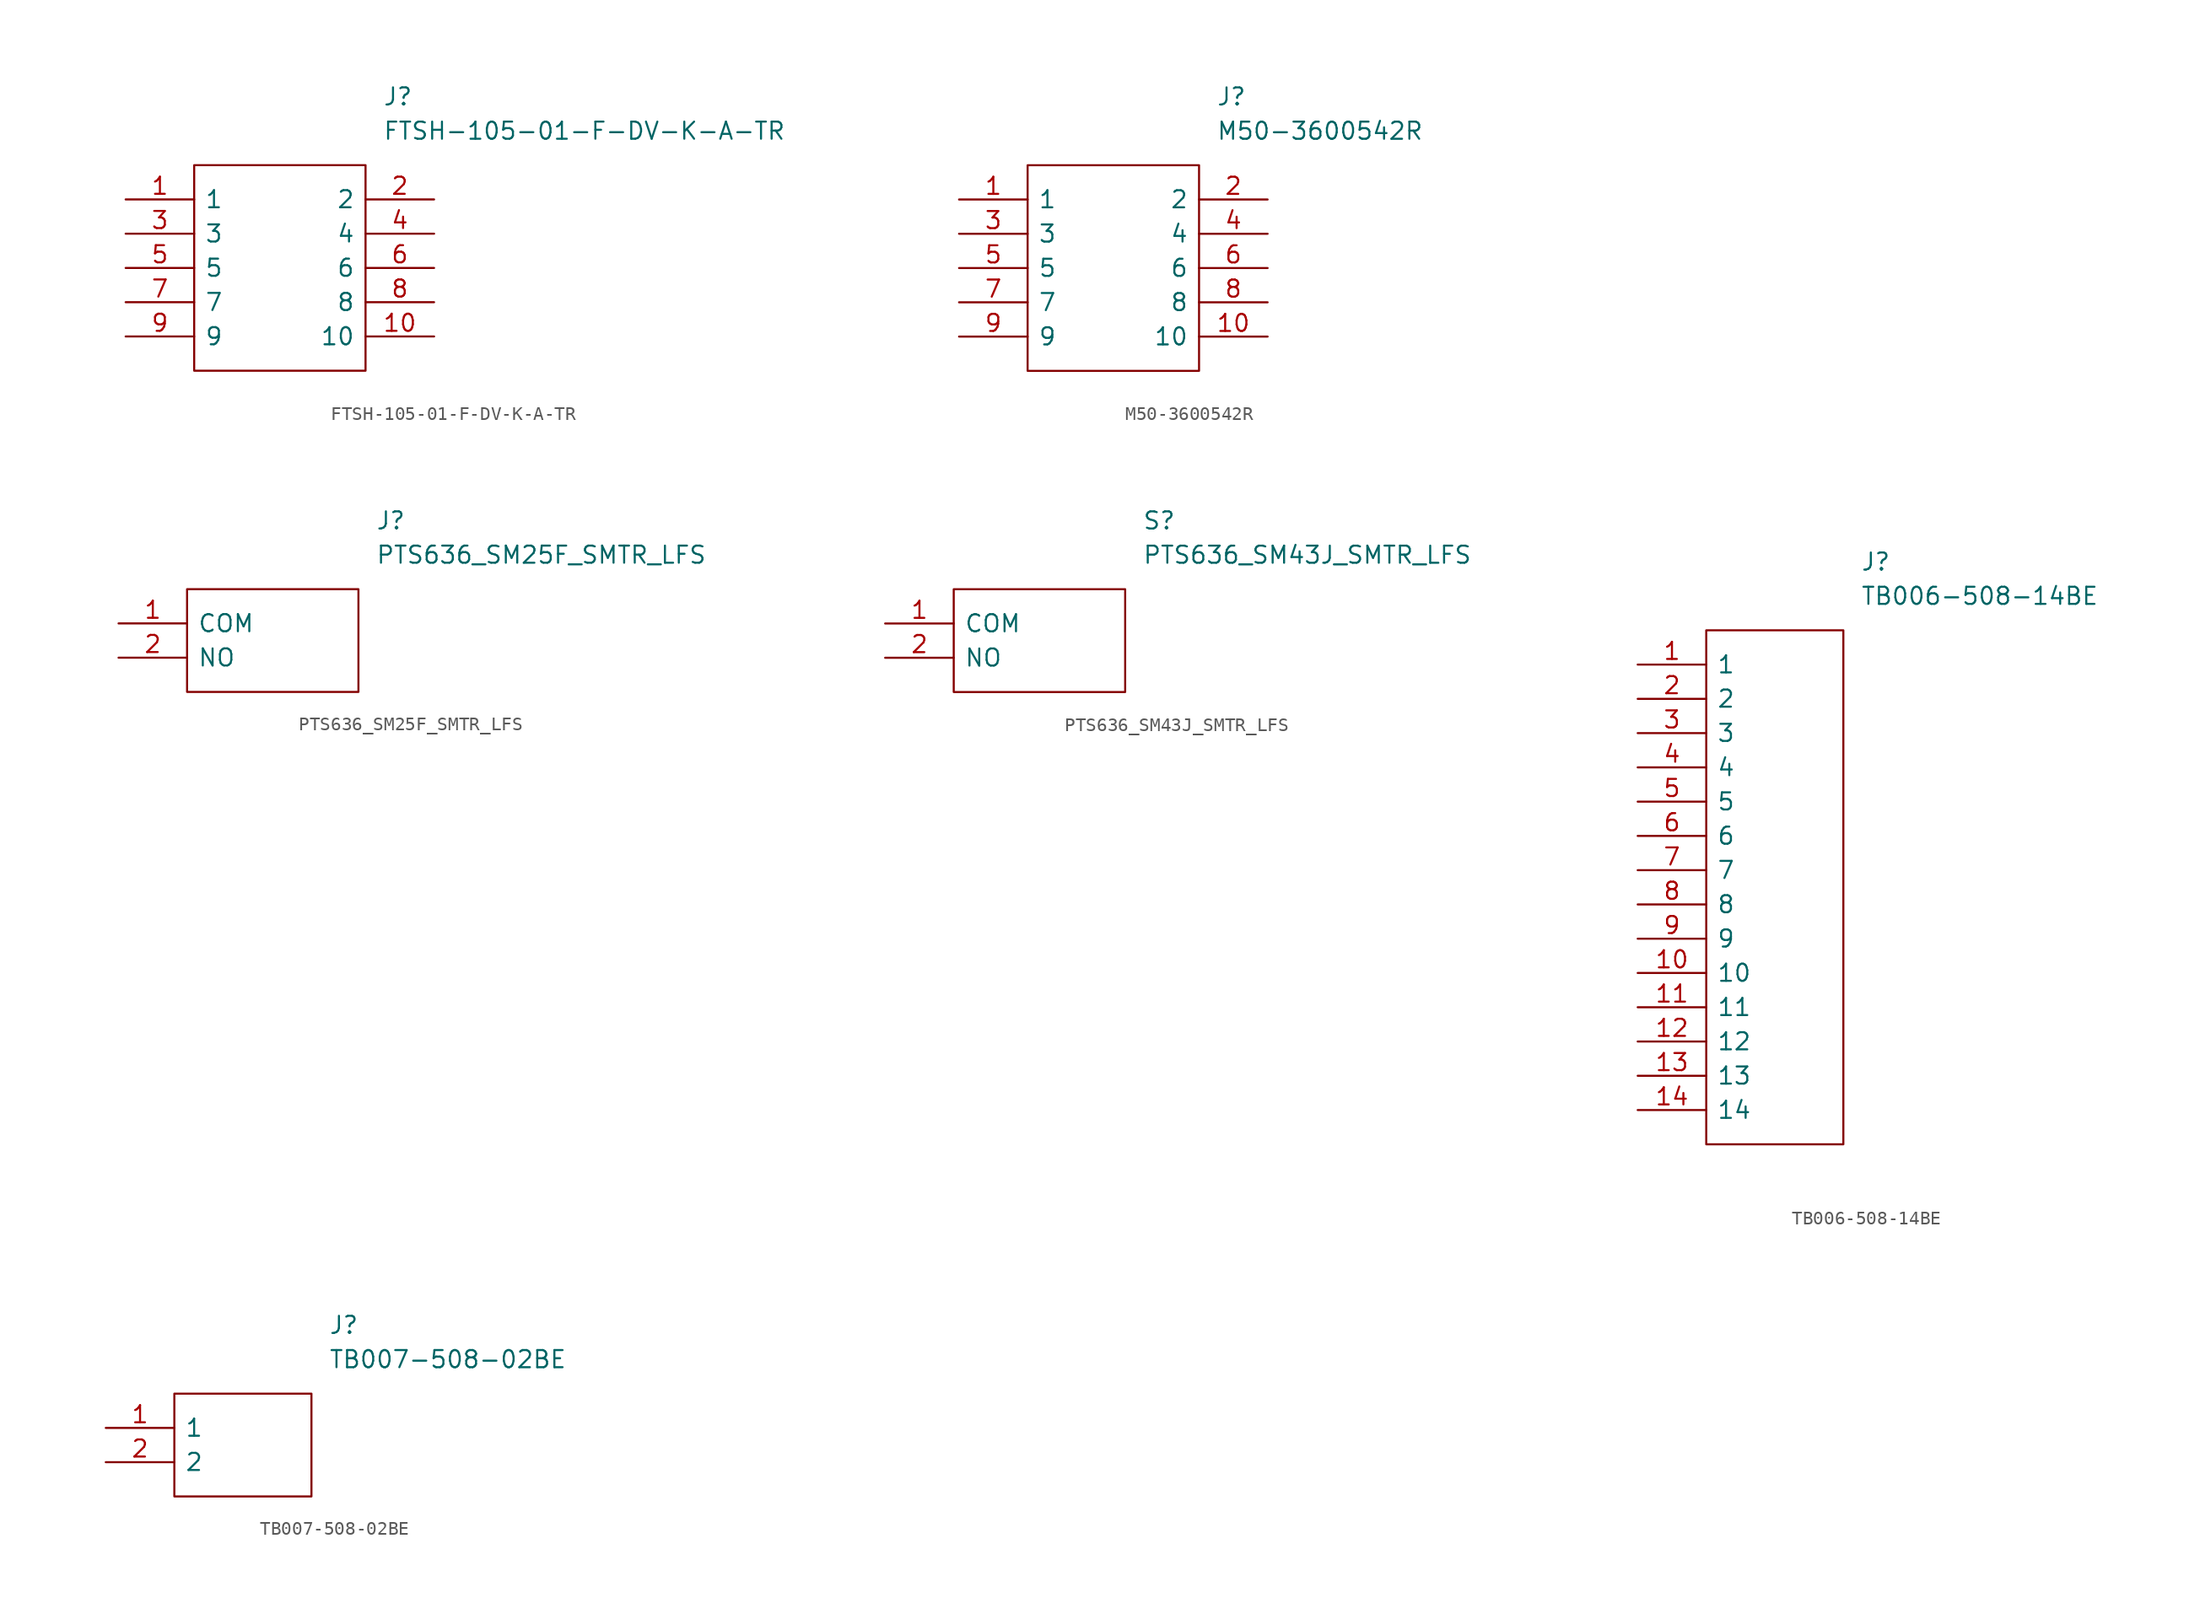
<source format=kicad_sym>
(kicad_symbol_lib
  (version 20211014)
  (generator kicad_symbol_editor)
  (symbol "FTSH-105-01-F-DV-K-A-TR"
    (pin_names
      (offset 0.762))
    (property "Reference" "J"
      (at 19.05 7.62 0)
      (effects (font (size 1.27 1.27)) (justify left)))
    (property "Value" "FTSH-105-01-F-DV-K-A-TR"
      (at 19.05 5.08 0)
      (effects (font (size 1.27 1.27)) (justify left)))
    (symbol "FTSH-105-01-F-DV-K-A-TR_0_0"
      (pin passive line (at 0 0 0) (length 5.08) (name "1" (effects (font (size 1.27 1.27)))) (number "1" (effects (font (size 1.27 1.27)))))
      (pin passive line (at 22.86 -10.16 180) (length 5.08) (name "10" (effects (font (size 1.27 1.27)))) (number "10" (effects (font (size 1.27 1.27)))))
      (pin passive line (at 22.86 0 180) (length 5.08) (name "2" (effects (font (size 1.27 1.27)))) (number "2" (effects (font (size 1.27 1.27)))))
      (pin passive line (at 0 -2.54 0) (length 5.08) (name "3" (effects (font (size 1.27 1.27)))) (number "3" (effects (font (size 1.27 1.27)))))
      (pin passive line (at 22.86 -2.54 180) (length 5.08) (name "4" (effects (font (size 1.27 1.27)))) (number "4" (effects (font (size 1.27 1.27)))))
      (pin passive line (at 0 -5.08 0) (length 5.08) (name "5" (effects (font (size 1.27 1.27)))) (number "5" (effects (font (size 1.27 1.27)))))
      (pin passive line (at 22.86 -5.08 180) (length 5.08) (name "6" (effects (font (size 1.27 1.27)))) (number "6" (effects (font (size 1.27 1.27)))))
      (pin passive line (at 0 -7.62 0) (length 5.08) (name "7" (effects (font (size 1.27 1.27)))) (number "7" (effects (font (size 1.27 1.27)))))
      (pin passive line (at 22.86 -7.62 180) (length 5.08) (name "8" (effects (font (size 1.27 1.27)))) (number "8" (effects (font (size 1.27 1.27)))))
      (pin passive line (at 0 -10.16 0) (length 5.08) (name "9" (effects (font (size 1.27 1.27)))) (number "9" (effects (font (size 1.27 1.27))))))
    (symbol "FTSH-105-01-F-DV-K-A-TR_0_1"
      (polyline (pts (xy 5.08 2.54) (xy 17.78 2.54) (xy 17.78 -12.7) (xy 5.08 -12.7) (xy 5.08 2.54)) (stroke (width 0.152) (type default) (color 0 0 0 0)) (fill (type none)))))
  (symbol "M50-3600542R"
    (pin_names
      (offset 0.762))
    (property "Reference" "J"
      (at 19.05 7.62 0)
      (effects (font (size 1.27 1.27)) (justify left)))
    (property "Value" "M50-3600542R"
      (at 19.05 5.08 0)
      (effects (font (size 1.27 1.27)) (justify left)))
    (symbol "M50-3600542R_0_0"
      (pin passive line (at 0 0 0) (length 5.08) (name "1" (effects (font (size 1.27 1.27)))) (number "1" (effects (font (size 1.27 1.27)))))
      (pin passive line (at 22.86 -10.16 180) (length 5.08) (name "10" (effects (font (size 1.27 1.27)))) (number "10" (effects (font (size 1.27 1.27)))))
      (pin passive line (at 22.86 0 180) (length 5.08) (name "2" (effects (font (size 1.27 1.27)))) (number "2" (effects (font (size 1.27 1.27)))))
      (pin passive line (at 0 -2.54 0) (length 5.08) (name "3" (effects (font (size 1.27 1.27)))) (number "3" (effects (font (size 1.27 1.27)))))
      (pin passive line (at 22.86 -2.54 180) (length 5.08) (name "4" (effects (font (size 1.27 1.27)))) (number "4" (effects (font (size 1.27 1.27)))))
      (pin passive line (at 0 -5.08 0) (length 5.08) (name "5" (effects (font (size 1.27 1.27)))) (number "5" (effects (font (size 1.27 1.27)))))
      (pin passive line (at 22.86 -5.08 180) (length 5.08) (name "6" (effects (font (size 1.27 1.27)))) (number "6" (effects (font (size 1.27 1.27)))))
      (pin passive line (at 0 -7.62 0) (length 5.08) (name "7" (effects (font (size 1.27 1.27)))) (number "7" (effects (font (size 1.27 1.27)))))
      (pin passive line (at 22.86 -7.62 180) (length 5.08) (name "8" (effects (font (size 1.27 1.27)))) (number "8" (effects (font (size 1.27 1.27)))))
      (pin passive line (at 0 -10.16 0) (length 5.08) (name "9" (effects (font (size 1.27 1.27)))) (number "9" (effects (font (size 1.27 1.27))))))
    (symbol "M50-3600542R_0_1"
      (polyline (pts (xy 5.08 2.54) (xy 17.78 2.54) (xy 17.78 -12.7) (xy 5.08 -12.7) (xy 5.08 2.54)) (stroke (width 0.152) (type default) (color 0 0 0 0)) (fill (type none)))))
  (symbol "PTS636_SM25F_SMTR_LFS"
    (pin_names
      (offset 0.762))
    (property "Reference" "J"
      (at 19.05 7.62 0)
      (effects (font (size 1.27 1.27)) (justify left)))
    (property "Value" "PTS636_SM25F_SMTR_LFS"
      (at 19.05 5.08 0)
      (effects (font (size 1.27 1.27)) (justify left)))
    (symbol "PTS636_SM25F_SMTR_LFS_0_0"
      (pin passive line (at 0 0 0) (length 5.08) (name "COM" (effects (font (size 1.27 1.27)))) (number "1" (effects (font (size 1.27 1.27)))))
      (pin passive line (at 0 -2.54 0) (length 5.08) (name "NO" (effects (font (size 1.27 1.27)))) (number "2" (effects (font (size 1.27 1.27))))))
    (symbol "PTS636_SM25F_SMTR_LFS_0_1"
      (polyline (pts (xy 5.08 2.54) (xy 17.78 2.54) (xy 17.78 -5.08) (xy 5.08 -5.08) (xy 5.08 2.54)) (stroke (width 0.152) (type default) (color 0 0 0 0)) (fill (type none)))))
  (symbol "PTS636_SM43J_SMTR_LFS"
    (pin_names
      (offset 0.762))
    (property "Reference" "S"
      (at 19.05 7.62 0)
      (effects (font (size 1.27 1.27)) (justify left)))
    (property "Value" "PTS636_SM43J_SMTR_LFS"
      (at 19.05 5.08 0)
      (effects (font (size 1.27 1.27)) (justify left)))
    (symbol "PTS636_SM43J_SMTR_LFS_0_0"
      (pin passive line (at 0 0 0) (length 5.08) (name "COM" (effects (font (size 1.27 1.27)))) (number "1" (effects (font (size 1.27 1.27)))))
      (pin passive line (at 0 -2.54 0) (length 5.08) (name "NO" (effects (font (size 1.27 1.27)))) (number "2" (effects (font (size 1.27 1.27))))))
    (symbol "PTS636_SM43J_SMTR_LFS_0_1"
      (polyline (pts (xy 5.08 2.54) (xy 17.78 2.54) (xy 17.78 -5.08) (xy 5.08 -5.08) (xy 5.08 2.54)) (stroke (width 0.152) (type default) (color 0 0 0 0)) (fill (type none)))))
  (symbol "TB006-508-14BE"
    (pin_names
      (offset 0.762))
    (property "Reference" "J"
      (at 16.51 7.62 0)
      (effects (font (size 1.27 1.27)) (justify left)))
    (property "Value" "TB006-508-14BE"
      (at 16.51 5.08 0)
      (effects (font (size 1.27 1.27)) (justify left)))
    (symbol "TB006-508-14BE_0_0"
      (pin passive line (at 0 0 0) (length 5.08) (name "1" (effects (font (size 1.27 1.27)))) (number "1" (effects (font (size 1.27 1.27)))))
      (pin passive line (at 0 -22.86 0) (length 5.08) (name "10" (effects (font (size 1.27 1.27)))) (number "10" (effects (font (size 1.27 1.27)))))
      (pin passive line (at 0 -25.4 0) (length 5.08) (name "11" (effects (font (size 1.27 1.27)))) (number "11" (effects (font (size 1.27 1.27)))))
      (pin passive line (at 0 -27.94 0) (length 5.08) (name "12" (effects (font (size 1.27 1.27)))) (number "12" (effects (font (size 1.27 1.27)))))
      (pin passive line (at 0 -30.48 0) (length 5.08) (name "13" (effects (font (size 1.27 1.27)))) (number "13" (effects (font (size 1.27 1.27)))))
      (pin passive line (at 0 -33.02 0) (length 5.08) (name "14" (effects (font (size 1.27 1.27)))) (number "14" (effects (font (size 1.27 1.27)))))
      (pin passive line (at 0 -2.54 0) (length 5.08) (name "2" (effects (font (size 1.27 1.27)))) (number "2" (effects (font (size 1.27 1.27)))))
      (pin passive line (at 0 -5.08 0) (length 5.08) (name "3" (effects (font (size 1.27 1.27)))) (number "3" (effects (font (size 1.27 1.27)))))
      (pin passive line (at 0 -7.62 0) (length 5.08) (name "4" (effects (font (size 1.27 1.27)))) (number "4" (effects (font (size 1.27 1.27)))))
      (pin passive line (at 0 -10.16 0) (length 5.08) (name "5" (effects (font (size 1.27 1.27)))) (number "5" (effects (font (size 1.27 1.27)))))
      (pin passive line (at 0 -12.7 0) (length 5.08) (name "6" (effects (font (size 1.27 1.27)))) (number "6" (effects (font (size 1.27 1.27)))))
      (pin passive line (at 0 -15.24 0) (length 5.08) (name "7" (effects (font (size 1.27 1.27)))) (number "7" (effects (font (size 1.27 1.27)))))
      (pin passive line (at 0 -17.78 0) (length 5.08) (name "8" (effects (font (size 1.27 1.27)))) (number "8" (effects (font (size 1.27 1.27)))))
      (pin passive line (at 0 -20.32 0) (length 5.08) (name "9" (effects (font (size 1.27 1.27)))) (number "9" (effects (font (size 1.27 1.27))))))
    (symbol "TB006-508-14BE_0_1"
      (polyline (pts (xy 5.08 2.54) (xy 15.24 2.54) (xy 15.24 -35.56) (xy 5.08 -35.56) (xy 5.08 2.54)) (stroke (width 0.152) (type default) (color 0 0 0 0)) (fill (type none)))))
  (symbol "TB007-508-02BE"
    (pin_names
      (offset 0.762))
    (property "Reference" "J"
      (at 16.51 7.62 0)
      (effects (font (size 1.27 1.27)) (justify left)))
    (property "Value" "TB007-508-02BE"
      (at 16.51 5.08 0)
      (effects (font (size 1.27 1.27)) (justify left)))
    (symbol "TB007-508-02BE_0_0"
      (pin passive line (at 0 0 0) (length 5.08) (name "1" (effects (font (size 1.27 1.27)))) (number "1" (effects (font (size 1.27 1.27)))))
      (pin passive line (at 0 -2.54 0) (length 5.08) (name "2" (effects (font (size 1.27 1.27)))) (number "2" (effects (font (size 1.27 1.27))))))
    (symbol "TB007-508-02BE_0_1"
      (polyline (pts (xy 5.08 2.54) (xy 15.24 2.54) (xy 15.24 -5.08) (xy 5.08 -5.08) (xy 5.08 2.54)) (stroke (width 0.152) (type default) (color 0 0 0 0)) (fill (type none))))))
</source>
